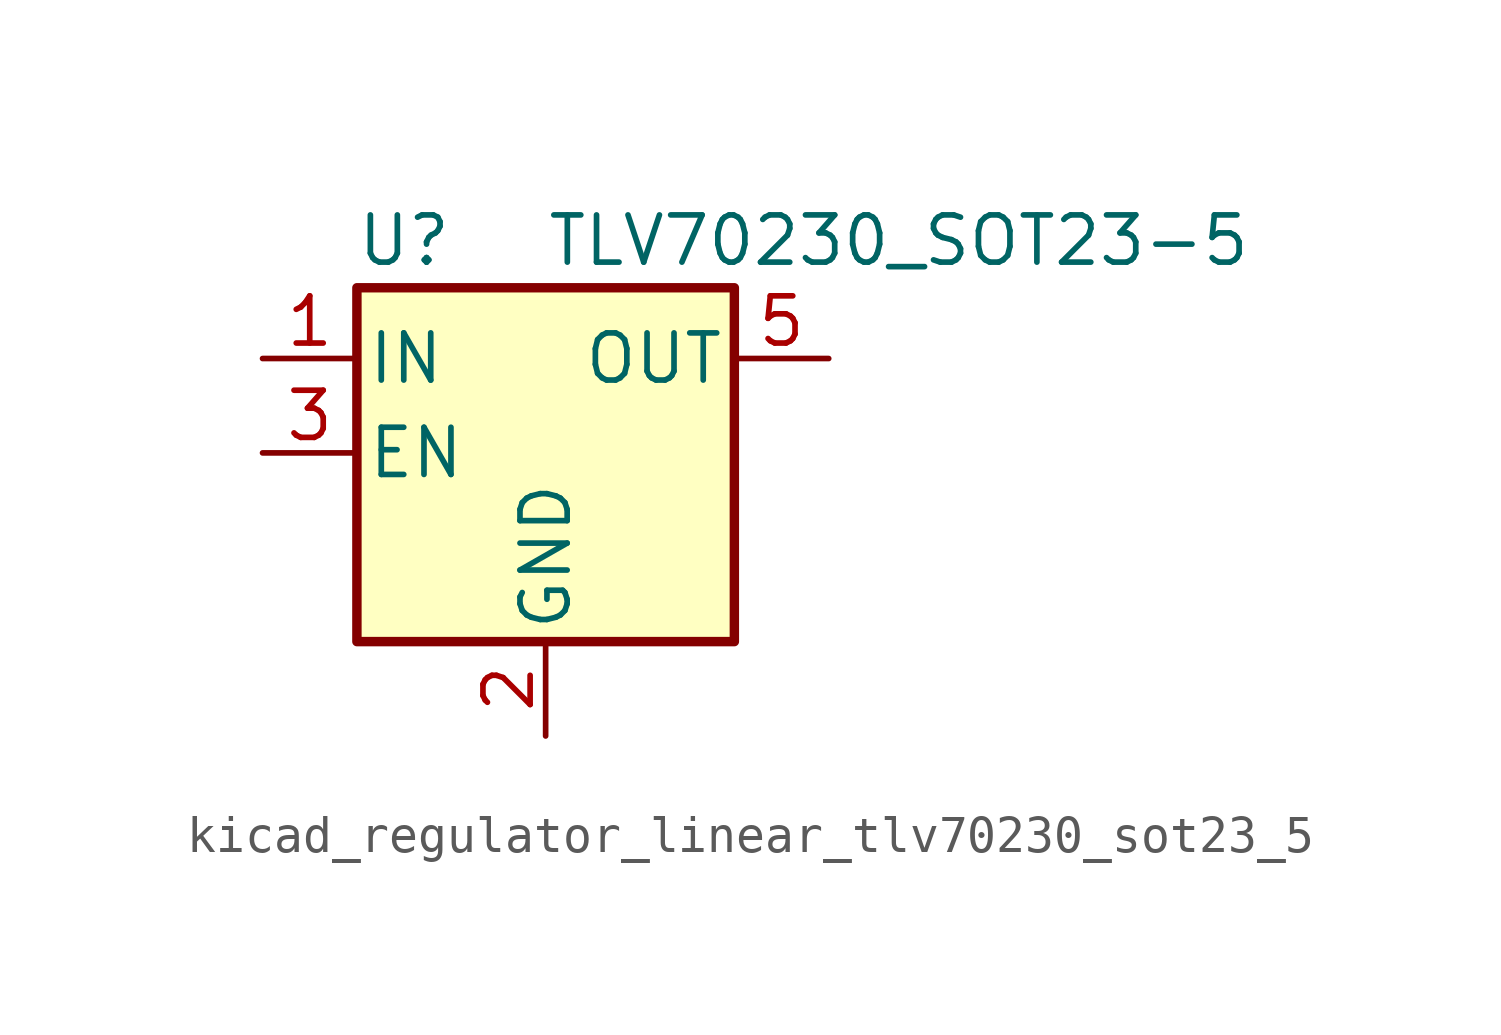
<source format=kicad_sym>
(kicad_symbol_lib
  (version 20220914)
  (generator kicad_symbol_editor)
  (symbol "kicad_regulator_linear_tlv70230_sot23_5"
    (pin_names
      (offset 0.254))
    (property "Reference" "U"
      (at -3.81 5.715 0)
      (effects (font (size 1.27 1.27))))
    (property "Value" "TLV70230_SOT23-5"
      (at 0 5.715 0)
      (effects (font (size 1.27 1.27)) (justify left)))
    (symbol "kicad_regulator_linear_tlv70230_sot23_5_0_1"
      (rectangle (start -5.08 4.445) (end 5.08 -5.08) (stroke (width 0.254) (type default)) (fill (type background))))
    (symbol "kicad_regulator_linear_tlv70230_sot23_5_1_1"
      (pin power_in line (at -7.62 2.54 0) (length 2.54) (name "IN" (effects (font (size 1.27 1.27)))) (number "1" (effects (font (size 1.27 1.27)))))
      (pin power_in line (at 0 -7.62 90) (length 2.54) (name "GND" (effects (font (size 1.27 1.27)))) (number "2" (effects (font (size 1.27 1.27)))))
      (pin input line (at -7.62 0 0) (length 2.54) (name "EN" (effects (font (size 1.27 1.27)))) (number "3" (effects (font (size 1.27 1.27)))))
      (pin no_connect line (at 5.08 0 180) (length 2.54) hide (name "NC" (effects (font (size 1.27 1.27)))) (number "4" (effects (font (size 1.27 1.27)))))
      (pin power_out line (at 7.62 2.54 180) (length 2.54) (name "OUT" (effects (font (size 1.27 1.27)))) (number "5" (effects (font (size 1.27 1.27))))))))
</source>
